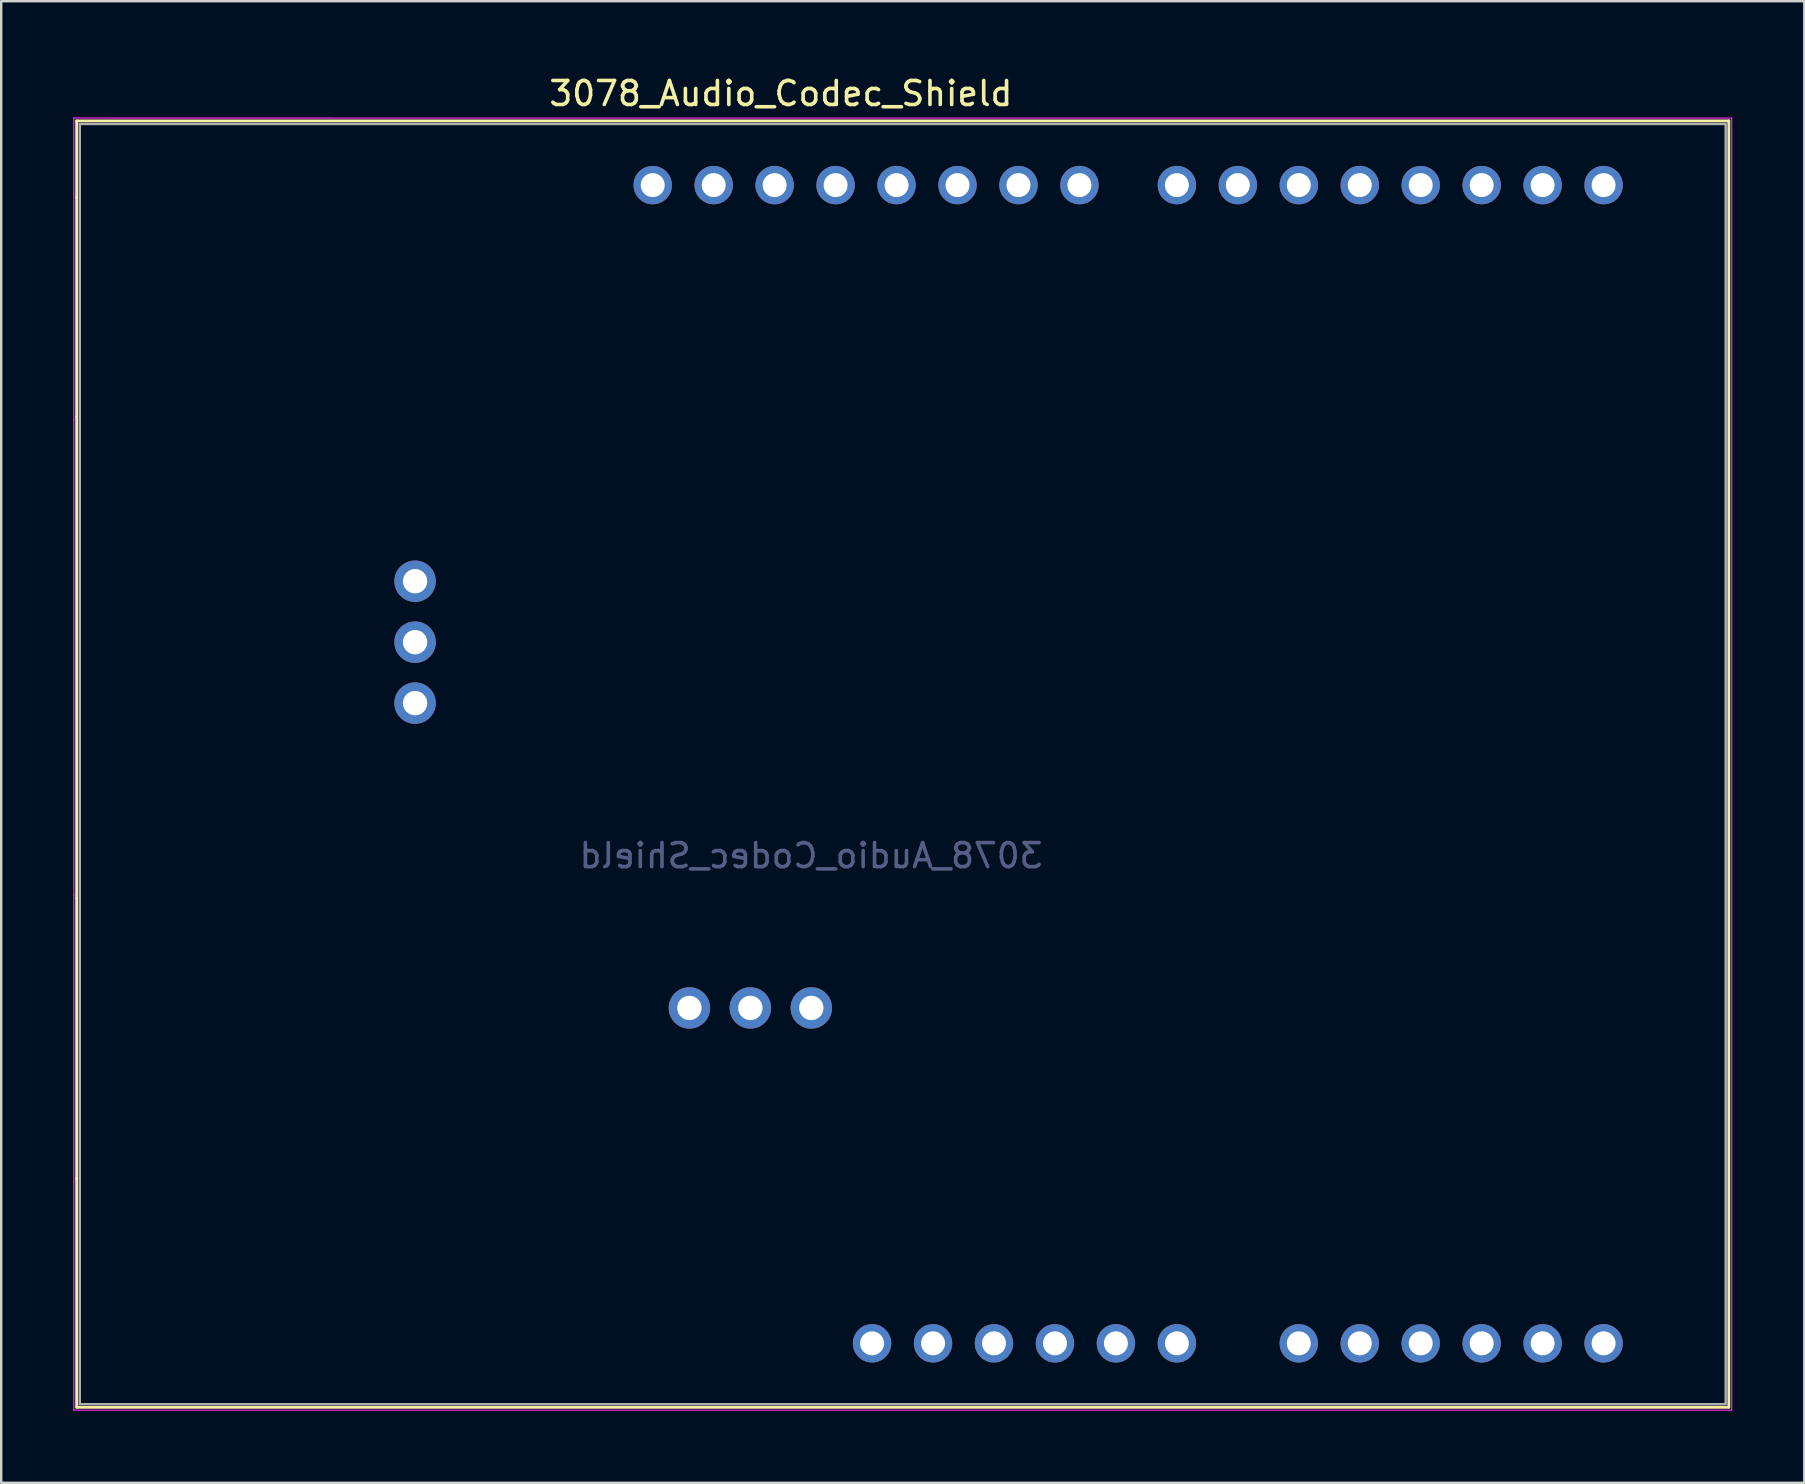
<source format=kicad_pcb>
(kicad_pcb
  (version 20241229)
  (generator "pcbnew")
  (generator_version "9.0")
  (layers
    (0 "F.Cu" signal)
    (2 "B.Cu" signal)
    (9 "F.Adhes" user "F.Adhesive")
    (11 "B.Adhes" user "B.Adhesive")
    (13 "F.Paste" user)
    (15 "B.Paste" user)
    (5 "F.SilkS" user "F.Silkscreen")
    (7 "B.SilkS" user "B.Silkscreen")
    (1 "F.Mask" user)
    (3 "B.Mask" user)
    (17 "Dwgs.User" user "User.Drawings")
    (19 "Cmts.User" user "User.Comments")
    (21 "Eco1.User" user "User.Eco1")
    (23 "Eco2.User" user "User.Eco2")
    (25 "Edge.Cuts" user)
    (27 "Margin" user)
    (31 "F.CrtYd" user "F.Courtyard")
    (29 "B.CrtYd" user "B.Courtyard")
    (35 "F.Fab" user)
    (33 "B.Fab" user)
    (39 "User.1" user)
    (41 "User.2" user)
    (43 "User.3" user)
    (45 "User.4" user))
  (footprint "3078_Audio_Codec_Shield"
    (layer "F.Cu")
    (at 28.215 4.658)
    (property "Reference" "3078_Audio_Codec_Shield" (at 1.27 -3.81 180) (layer "F.SilkS") (effects (font (size 1 1) (thickness 0.15))))
    (attr through_hole)
    (fp_line (start -28.07 -2.67) (end -28.07 0.51) (stroke (width 0.12) (type solid)) (layer "F.SilkS"))
    (fp_line (start -28.07 0.51) (end -28.07 9.65) (stroke (width 0.12) (type solid)) (layer "F.SilkS"))
    (fp_line (start -28.07 9.65) (end -28.07 29.72) (stroke (width 0.12) (type solid)) (layer "F.SilkS"))
    (fp_line (start -28.07 29.72) (end -28.07 41.4) (stroke (width 0.12) (type solid)) (layer "F.SilkS"))
    (fp_line (start -28.07 41.4) (end -28.07 50.93) (stroke (width 0.12) (type solid)) (layer "F.SilkS"))
    (fp_line (start -28.07 50.93) (end 40.767 50.93) (stroke (width 0.12) (type solid)) (layer "F.SilkS"))
    (fp_line (start 40.77 -2.67) (end -28.07 -2.67) (stroke (width 0.12) (type solid)) (layer "F.SilkS"))
    (fp_line (start 40.77 50.919) (end 40.77 -2.67) (stroke (width 0.12) (type solid)) (layer "F.SilkS"))
    (fp_line (start -28.19 -2.79) (end 40.89 -2.789) (stroke (width 0.05) (type solid)) (layer "F.CrtYd"))
    (fp_line (start -28.19 0.38) (end -28.19 -2.79) (stroke (width 0.05) (type solid)) (layer "F.CrtYd"))
    (fp_line (start -28.19 9.78) (end -28.19 0.38) (stroke (width 0.05) (type solid)) (layer "F.CrtYd"))
    (fp_line (start -28.19 29.59) (end -28.19 9.78) (stroke (width 0.05) (type solid)) (layer "F.CrtYd"))
    (fp_line (start -28.19 41.53) (end -28.19 29.59) (stroke (width 0.05) (type solid)) (layer "F.CrtYd"))
    (fp_line (start -28.19 51.05) (end -28.19 41.53) (stroke (width 0.05) (type solid)) (layer "F.CrtYd"))
    (fp_line (start 40.886 51.05) (end -28.19 51.05) (stroke (width 0.05) (type solid)) (layer "F.CrtYd"))
    (fp_line (start 40.89 -2.786) (end 40.89 51.049) (stroke (width 0.05) (type solid)) (layer "F.CrtYd"))
    (fp_line (start -27.94 -2.54) (end 40.637 -2.54) (stroke (width 0.1) (type solid)) (layer "F.Fab"))
    (fp_line (start -27.94 50.8) (end -27.94 -2.54) (stroke (width 0.1) (type solid)) (layer "F.Fab"))
    (fp_line (start 40.635 50.8) (end -27.94 50.8) (stroke (width 0.1) (type solid)) (layer "F.Fab"))
    (fp_line (start 40.64 -2.535) (end 40.64 50.792) (stroke (width 0.1) (type solid)) (layer "F.Fab"))
    (fp_text user "${REFERENCE}" (at 2.532 27.945 180) (layer "B.Fab") (effects (font (size 1 1) (thickness 0.15)) (justify mirror)))
    (pad "1" thru_hole oval (at 17.772 48.265 270) (size 1.6 1.6) (drill 1) (layers "*.Cu" "*.Mask"))
    (pad "2" thru_hole oval (at 15.232 48.265 270) (size 1.6 1.6) (drill 1) (layers "*.Cu" "*.Mask"))
    (pad "3" thru_hole oval (at 12.692 48.265 270) (size 1.6 1.6) (drill 1) (layers "*.Cu" "*.Mask"))
    (pad "4" thru_hole oval (at 10.152 48.265 270) (size 1.6 1.6) (drill 1) (layers "*.Cu" "*.Mask"))
    (pad "5" thru_hole oval (at 7.612 48.265 270) (size 1.6 1.6) (drill 1) (layers "*.Cu" "*.Mask"))
    (pad "6" thru_hole oval (at 5.072 48.265 270) (size 1.6 1.6) (drill 1) (layers "*.Cu" "*.Mask"))
    (pad "7" thru_hole oval (at 35.552 48.265 270) (size 1.6 1.6) (drill 1) (layers "*.Cu" "*.Mask"))
    (pad "8" thru_hole oval (at 33.012 48.265 270) (size 1.6 1.6) (drill 1) (layers "*.Cu" "*.Mask"))
    (pad "9" thru_hole oval (at 30.472 48.265 270) (size 1.6 1.6) (drill 1) (layers "*.Cu" "*.Mask"))
    (pad "10" thru_hole oval (at 27.932 48.265 270) (size 1.6 1.6) (drill 1) (layers "*.Cu" "*.Mask"))
    (pad "11" thru_hole oval (at 25.392 48.265 270) (size 1.6 1.6) (drill 1) (layers "*.Cu" "*.Mask"))
    (pad "12" thru_hole oval (at 22.852 48.265 270) (size 1.6 1.6) (drill 1) (layers "*.Cu" "*.Mask"))
    (pad "13" thru_hole oval (at -4.068 0.005 270) (size 1.6 1.6) (drill 1) (layers "*.Cu" "*.Mask"))
    (pad "14" thru_hole oval (at -1.528 0.005 270) (size 1.6 1.6) (drill 1) (layers "*.Cu" "*.Mask"))
    (pad "15" thru_hole oval (at 1.012 0.005 270) (size 1.6 1.6) (drill 1) (layers "*.Cu" "*.Mask"))
    (pad "16" thru_hole oval (at 3.552 0.005 270) (size 1.6 1.6) (drill 1) (layers "*.Cu" "*.Mask"))
    (pad "17" thru_hole oval (at 6.092 0.005 270) (size 1.6 1.6) (drill 1) (layers "*.Cu" "*.Mask"))
    (pad "18" thru_hole oval (at 8.632 0.005 270) (size 1.6 1.6) (drill 1) (layers "*.Cu" "*.Mask"))
    (pad "19" thru_hole oval (at 11.172 0.005 270) (size 1.6 1.6) (drill 1) (layers "*.Cu" "*.Mask"))
    (pad "20" thru_hole oval (at 13.712 0.005 270) (size 1.6 1.6) (drill 1) (layers "*.Cu" "*.Mask"))
    (pad "21" thru_hole circle (at -13.97 19.05) (size 1.727 1.727) (drill 1.016) (layers "*.Cu" "*.Mask"))
    (pad "22" thru_hole circle (at -13.97 16.51) (size 1.727 1.727) (drill 1.016) (layers "*.Cu" "*.Mask"))
    (pad "23" thru_hole circle (at -13.97 21.59) (size 1.727 1.727) (drill 1.016) (layers "*.Cu" "*.Mask"))
    (pad "24" thru_hole circle (at 0 34.29) (size 1.727 1.727) (drill 1.016) (layers "*.Cu" "*.Mask"))
    (pad "25" thru_hole circle (at 2.54 34.29) (size 1.727 1.727) (drill 1.016) (layers "*.Cu" "*.Mask"))
    (pad "26" thru_hole circle (at -2.54 34.29) (size 1.727 1.727) (drill 1.016) (layers "*.Cu" "*.Mask"))
    (pad "~" thru_hole oval (at 17.772 0.005 270) (size 1.6 1.6) (drill 1) (layers "*.Cu" "*.Mask"))
    (pad "~" thru_hole oval (at 20.312 0.005 270) (size 1.6 1.6) (drill 1) (layers "*.Cu" "*.Mask"))
    (pad "~" thru_hole oval (at 22.852 0.005 270) (size 1.6 1.6) (drill 1) (layers "*.Cu" "*.Mask"))
    (pad "~" thru_hole oval (at 25.392 0.005 270) (size 1.6 1.6) (drill 1) (layers "*.Cu" "*.Mask"))
    (pad "~" thru_hole oval (at 27.932 0.005 270) (size 1.6 1.6) (drill 1) (layers "*.Cu" "*.Mask"))
    (pad "~" thru_hole oval (at 30.472 0.005 270) (size 1.6 1.6) (drill 1) (layers "*.Cu" "*.Mask"))
    (pad "~" thru_hole oval (at 33.012 0.005 270) (size 1.6 1.6) (drill 1) (layers "*.Cu" "*.Mask"))
    (pad "~" thru_hole oval (at 35.552 0.005 270) (size 1.6 1.6) (drill 1) (layers "*.Cu" "*.Mask")))
  (gr_rect
    (start -3 -3)
    (end 72.13 58.733)
    (stroke (width 0.1) (type default))
    (fill no)
    (layer "Edge.Cuts")))
</source>
